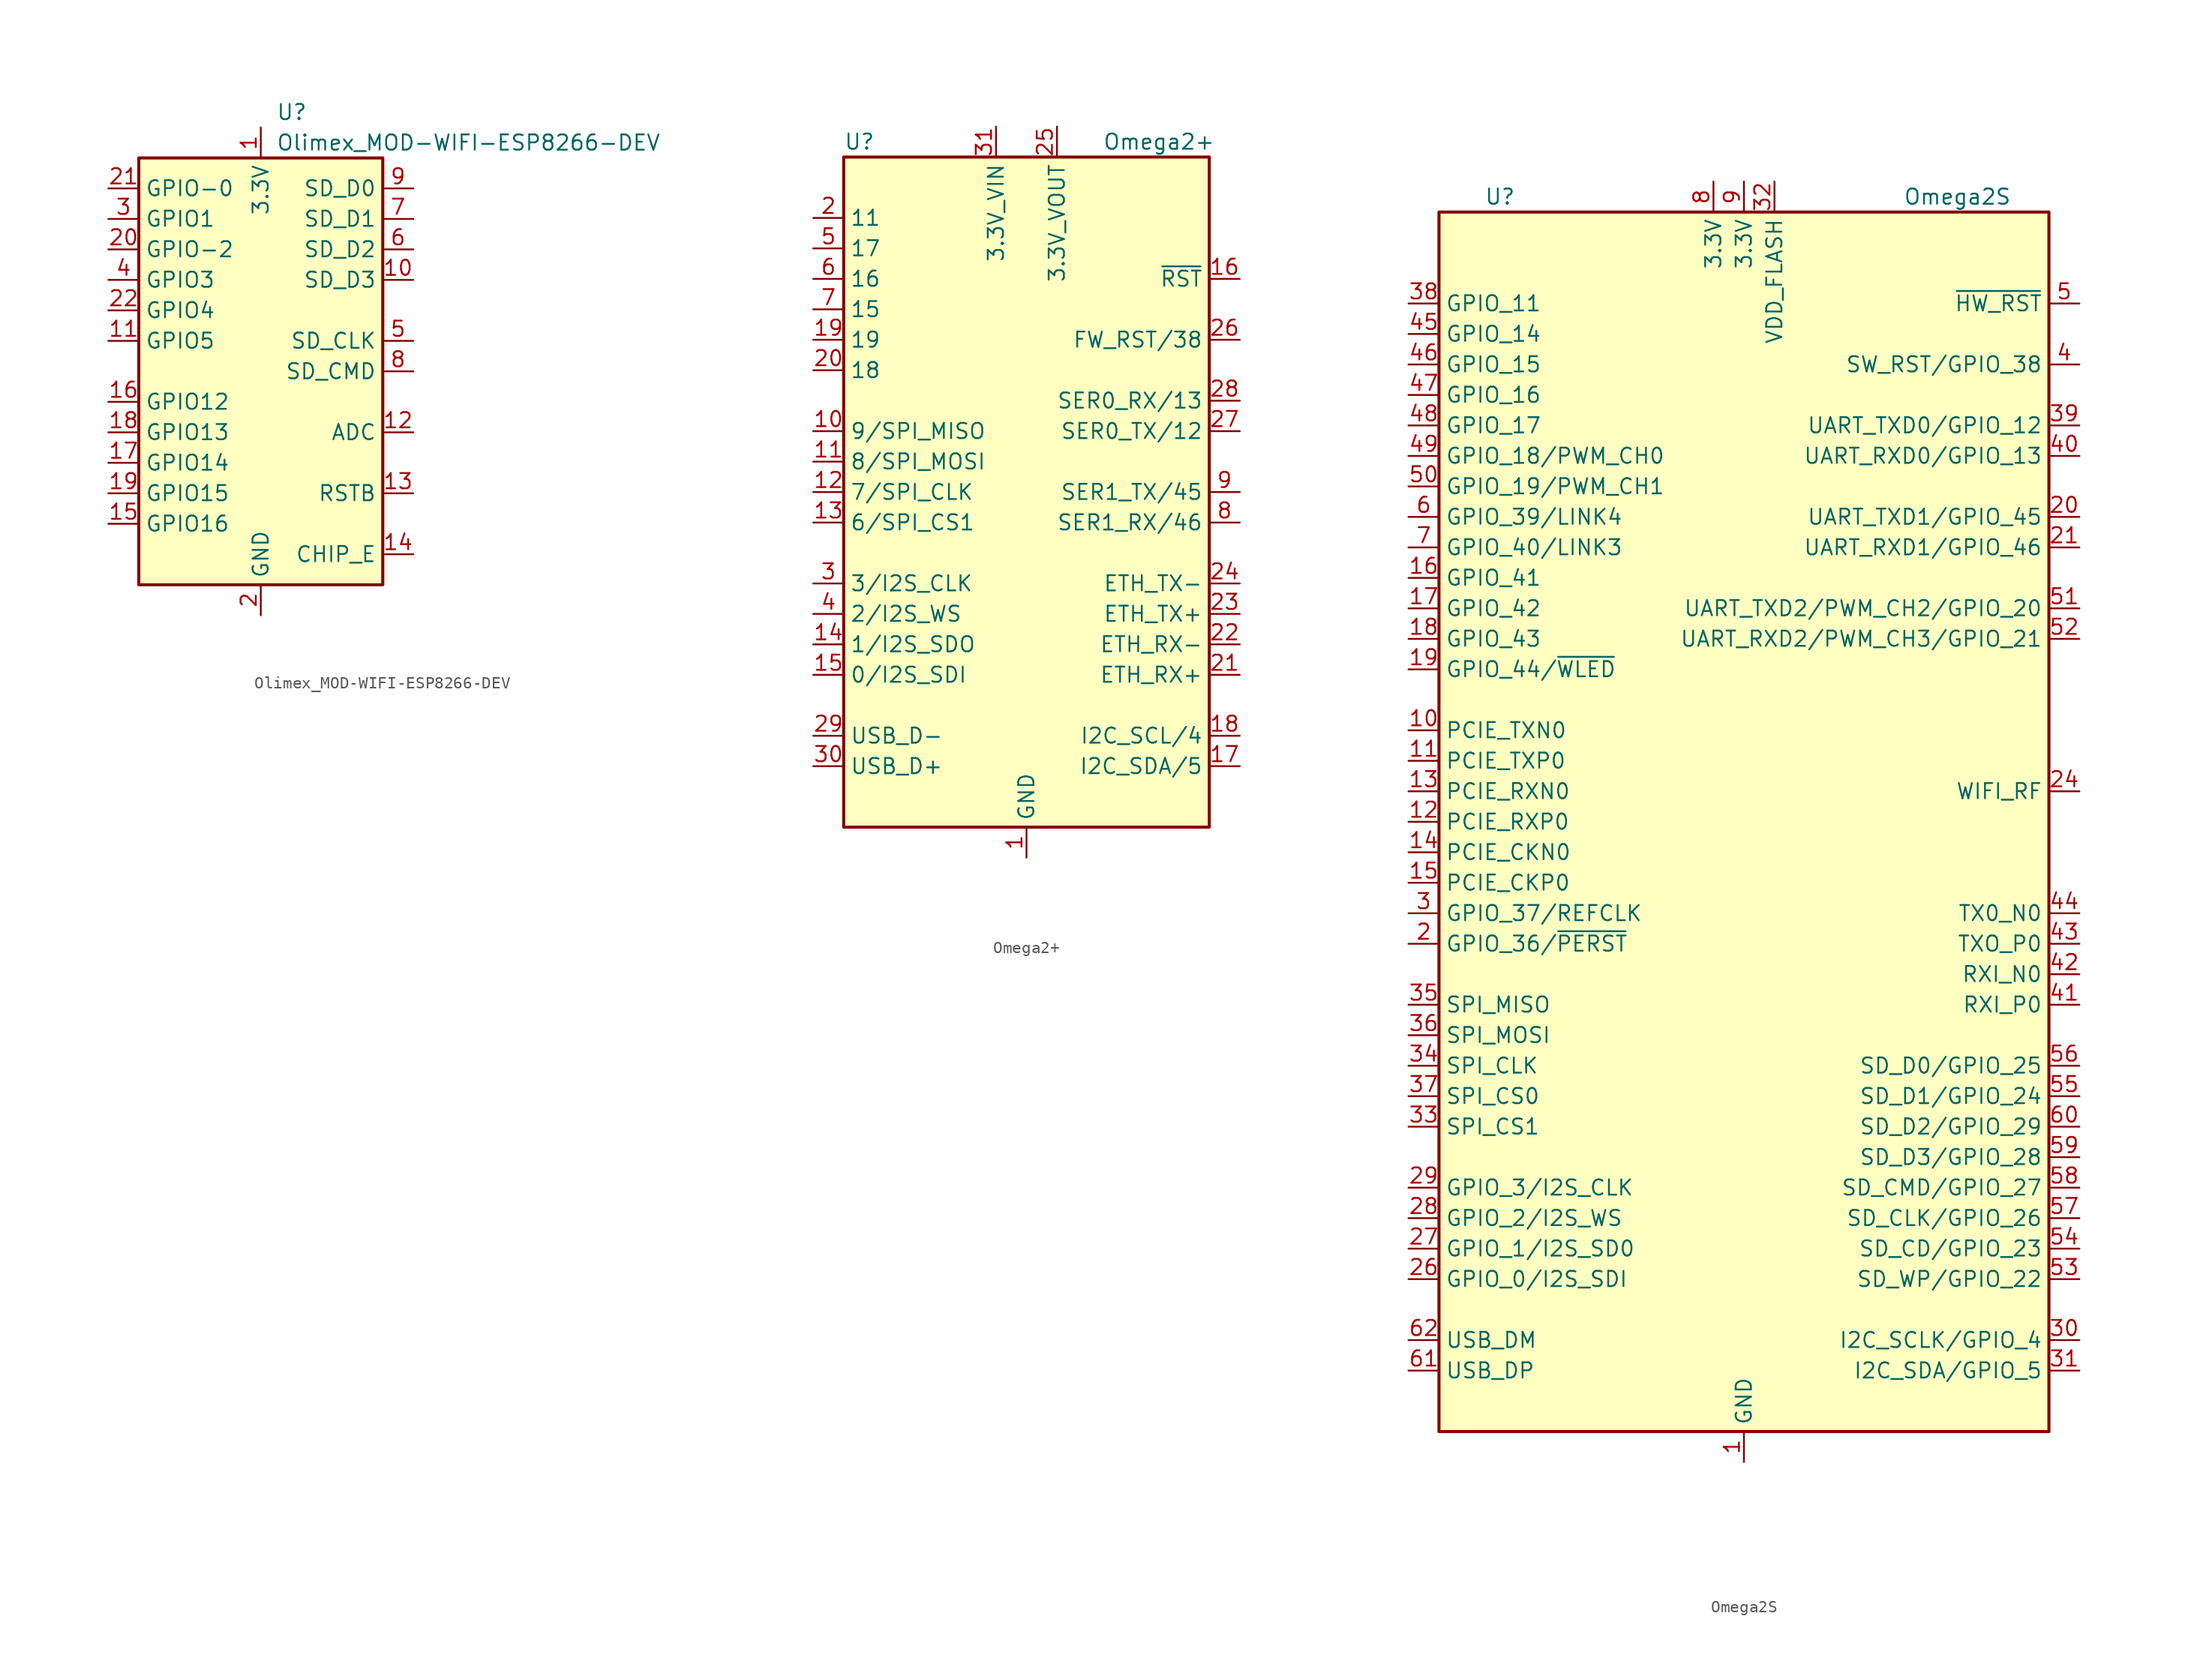
<source format=kicad_sym>
(kicad_symbol_lib
  (version 20231120)
  (generator "kicad_symbol_editor")
  (generator_version "8.0")
  (symbol "Olimex_MOD-WIFI-ESP8266-DEV"
    (property "Reference" "U"
      (at 1.27 21.59 0)
      (effects (font (size 1.27 1.27)) (justify left)))
    (property "Value" "Olimex_MOD-WIFI-ESP8266-DEV"
      (at 1.27 19.05 0)
      (effects (font (size 1.27 1.27)) (justify left)))
    (symbol "Olimex_MOD-WIFI-ESP8266-DEV_0_1"
      (rectangle (start -10.16 17.78) (end 10.16 -17.78) (stroke (width 0.254) (type default)) (fill (type background))))
    (symbol "Olimex_MOD-WIFI-ESP8266-DEV_1_1"
      (pin power_in line (at 0 20.32 270) (length 2.54) (name "3.3V" (effects (font (size 1.27 1.27)))) (number "1" (effects (font (size 1.27 1.27)))))
      (pin unspecified line (at 12.7 7.62 180) (length 2.54) (name "SD_D3" (effects (font (size 1.27 1.27)))) (number "10" (effects (font (size 1.27 1.27)))))
      (pin bidirectional line (at -12.7 2.54 0) (length 2.54) (name "GPIO5" (effects (font (size 1.27 1.27)))) (number "11" (effects (font (size 1.27 1.27)))))
      (pin unspecified line (at 12.7 -5.08 180) (length 2.54) (name "ADC" (effects (font (size 1.27 1.27)))) (number "12" (effects (font (size 1.27 1.27)))))
      (pin input line (at 12.7 -10.16 180) (length 2.54) (name "RSTB" (effects (font (size 1.27 1.27)))) (number "13" (effects (font (size 1.27 1.27)))))
      (pin unspecified line (at 12.7 -15.24 180) (length 2.54) (name "CHIP_E" (effects (font (size 1.27 1.27)))) (number "14" (effects (font (size 1.27 1.27)))))
      (pin bidirectional line (at -12.7 -12.7 0) (length 2.54) (name "GPIO16" (effects (font (size 1.27 1.27)))) (number "15" (effects (font (size 1.27 1.27)))))
      (pin bidirectional line (at -12.7 -2.54 0) (length 2.54) (name "GPIO12" (effects (font (size 1.27 1.27)))) (number "16" (effects (font (size 1.27 1.27)))))
      (pin bidirectional line (at -12.7 -7.62 0) (length 2.54) (name "GPIO14" (effects (font (size 1.27 1.27)))) (number "17" (effects (font (size 1.27 1.27)))))
      (pin bidirectional line (at -12.7 -5.08 0) (length 2.54) (name "GPIO13" (effects (font (size 1.27 1.27)))) (number "18" (effects (font (size 1.27 1.27)))))
      (pin bidirectional line (at -12.7 -10.16 0) (length 2.54) (name "GPIO15" (effects (font (size 1.27 1.27)))) (number "19" (effects (font (size 1.27 1.27)))))
      (pin power_in line (at 0 -20.32 90) (length 2.54) (name "GND" (effects (font (size 1.27 1.27)))) (number "2" (effects (font (size 1.27 1.27)))))
      (pin bidirectional line (at -12.7 10.16 0) (length 2.54) (name "GPIO-2" (effects (font (size 1.27 1.27)))) (number "20" (effects (font (size 1.27 1.27)))))
      (pin bidirectional line (at -12.7 15.24 0) (length 2.54) (name "GPIO-0" (effects (font (size 1.27 1.27)))) (number "21" (effects (font (size 1.27 1.27)))))
      (pin bidirectional line (at -12.7 5.08 0) (length 2.54) (name "GPIO4" (effects (font (size 1.27 1.27)))) (number "22" (effects (font (size 1.27 1.27)))))
      (pin bidirectional line (at -12.7 12.7 0) (length 2.54) (name "GPIO1" (effects (font (size 1.27 1.27)))) (number "3" (effects (font (size 1.27 1.27)))))
      (pin bidirectional line (at -12.7 7.62 0) (length 2.54) (name "GPIO3" (effects (font (size 1.27 1.27)))) (number "4" (effects (font (size 1.27 1.27)))))
      (pin unspecified line (at 12.7 2.54 180) (length 2.54) (name "SD_CLK" (effects (font (size 1.27 1.27)))) (number "5" (effects (font (size 1.27 1.27)))))
      (pin unspecified line (at 12.7 10.16 180) (length 2.54) (name "SD_D2" (effects (font (size 1.27 1.27)))) (number "6" (effects (font (size 1.27 1.27)))))
      (pin unspecified line (at 12.7 12.7 180) (length 2.54) (name "SD_D1" (effects (font (size 1.27 1.27)))) (number "7" (effects (font (size 1.27 1.27)))))
      (pin unspecified line (at 12.7 0 180) (length 2.54) (name "SD_CMD" (effects (font (size 1.27 1.27)))) (number "8" (effects (font (size 1.27 1.27)))))
      (pin unspecified line (at 12.7 15.24 180) (length 2.54) (name "SD_D0" (effects (font (size 1.27 1.27)))) (number "9" (effects (font (size 1.27 1.27)))))))
  (symbol "Omega2+"
    (property "Reference" "U"
      (at -15.24 29.21 0)
      (effects (font (size 1.27 1.27)) (justify left)))
    (property "Value" "Omega2+"
      (at 6.35 29.21 0)
      (effects (font (size 1.27 1.27)) (justify left)))
    (symbol "Omega2+_0_1"
      (rectangle (start -15.24 27.94) (end 15.24 -27.94) (stroke (width 0.254) (type default)) (fill (type background))))
    (symbol "Omega2+_1_1"
      (pin power_in line (at 0 -30.48 90) (length 2.54) (name "GND" (effects (font (size 1.27 1.27)))) (number "1" (effects (font (size 1.27 1.27)))))
      (pin bidirectional line (at -17.78 5.08 0) (length 2.54) (name "9/SPI_MISO" (effects (font (size 1.27 1.27)))) (number "10" (effects (font (size 1.27 1.27)))))
      (pin bidirectional line (at -17.78 2.54 0) (length 2.54) (name "8/SPI_MOSI" (effects (font (size 1.27 1.27)))) (number "11" (effects (font (size 1.27 1.27)))))
      (pin bidirectional line (at -17.78 0 0) (length 2.54) (name "7/SPI_CLK" (effects (font (size 1.27 1.27)))) (number "12" (effects (font (size 1.27 1.27)))))
      (pin bidirectional line (at -17.78 -2.54 0) (length 2.54) (name "6/SPI_CS1" (effects (font (size 1.27 1.27)))) (number "13" (effects (font (size 1.27 1.27)))))
      (pin bidirectional line (at -17.78 -12.7 0) (length 2.54) (name "1/I2S_SDO" (effects (font (size 1.27 1.27)))) (number "14" (effects (font (size 1.27 1.27)))))
      (pin bidirectional line (at -17.78 -15.24 0) (length 2.54) (name "0/I2S_SDI" (effects (font (size 1.27 1.27)))) (number "15" (effects (font (size 1.27 1.27)))))
      (pin input line (at 17.78 17.78 180) (length 2.54) (name "~{RST}" (effects (font (size 1.27 1.27)))) (number "16" (effects (font (size 1.27 1.27)))))
      (pin bidirectional line (at 17.78 -22.86 180) (length 2.54) (name "I2C_SDA/5" (effects (font (size 1.27 1.27)))) (number "17" (effects (font (size 1.27 1.27)))))
      (pin bidirectional line (at 17.78 -20.32 180) (length 2.54) (name "I2C_SCL/4" (effects (font (size 1.27 1.27)))) (number "18" (effects (font (size 1.27 1.27)))))
      (pin bidirectional line (at -17.78 12.7 0) (length 2.54) (name "19" (effects (font (size 1.27 1.27)))) (number "19" (effects (font (size 1.27 1.27)))))
      (pin bidirectional line (at -17.78 22.86 0) (length 2.54) (name "11" (effects (font (size 1.27 1.27)))) (number "2" (effects (font (size 1.27 1.27)))))
      (pin bidirectional line (at -17.78 10.16 0) (length 2.54) (name "18" (effects (font (size 1.27 1.27)))) (number "20" (effects (font (size 1.27 1.27)))))
      (pin input line (at 17.78 -15.24 180) (length 2.54) (name "ETH_RX+" (effects (font (size 1.27 1.27)))) (number "21" (effects (font (size 1.27 1.27)))))
      (pin input line (at 17.78 -12.7 180) (length 2.54) (name "ETH_RX-" (effects (font (size 1.27 1.27)))) (number "22" (effects (font (size 1.27 1.27)))))
      (pin output line (at 17.78 -10.16 180) (length 2.54) (name "ETH_TX+" (effects (font (size 1.27 1.27)))) (number "23" (effects (font (size 1.27 1.27)))))
      (pin output line (at 17.78 -7.62 180) (length 2.54) (name "ETH_TX-" (effects (font (size 1.27 1.27)))) (number "24" (effects (font (size 1.27 1.27)))))
      (pin power_out line (at 2.54 30.48 270) (length 2.54) (name "3.3V_VOUT" (effects (font (size 1.27 1.27)))) (number "25" (effects (font (size 1.27 1.27)))))
      (pin bidirectional line (at 17.78 12.7 180) (length 2.54) (name "FW_RST/38" (effects (font (size 1.27 1.27)))) (number "26" (effects (font (size 1.27 1.27)))))
      (pin bidirectional line (at 17.78 5.08 180) (length 2.54) (name "SER0_TX/12" (effects (font (size 1.27 1.27)))) (number "27" (effects (font (size 1.27 1.27)))))
      (pin bidirectional line (at 17.78 7.62 180) (length 2.54) (name "SER0_RX/13" (effects (font (size 1.27 1.27)))) (number "28" (effects (font (size 1.27 1.27)))))
      (pin bidirectional line (at -17.78 -20.32 0) (length 2.54) (name "USB_D-" (effects (font (size 1.27 1.27)))) (number "29" (effects (font (size 1.27 1.27)))))
      (pin bidirectional line (at -17.78 -7.62 0) (length 2.54) (name "3/I2S_CLK" (effects (font (size 1.27 1.27)))) (number "3" (effects (font (size 1.27 1.27)))))
      (pin bidirectional line (at -17.78 -22.86 0) (length 2.54) (name "USB_D+" (effects (font (size 1.27 1.27)))) (number "30" (effects (font (size 1.27 1.27)))))
      (pin power_in line (at -2.54 30.48 270) (length 2.54) (name "3.3V_VIN" (effects (font (size 1.27 1.27)))) (number "31" (effects (font (size 1.27 1.27)))))
      (pin passive line (at 0 -30.48 90) (length 2.54) hide (name "GND" (effects (font (size 1.27 1.27)))) (number "32" (effects (font (size 1.27 1.27)))))
      (pin bidirectional line (at -17.78 -10.16 0) (length 2.54) (name "2/I2S_WS" (effects (font (size 1.27 1.27)))) (number "4" (effects (font (size 1.27 1.27)))))
      (pin bidirectional line (at -17.78 20.32 0) (length 2.54) (name "17" (effects (font (size 1.27 1.27)))) (number "5" (effects (font (size 1.27 1.27)))))
      (pin bidirectional line (at -17.78 17.78 0) (length 2.54) (name "16" (effects (font (size 1.27 1.27)))) (number "6" (effects (font (size 1.27 1.27)))))
      (pin bidirectional line (at -17.78 15.24 0) (length 2.54) (name "15" (effects (font (size 1.27 1.27)))) (number "7" (effects (font (size 1.27 1.27)))))
      (pin bidirectional line (at 17.78 -2.54 180) (length 2.54) (name "SER1_RX/46" (effects (font (size 1.27 1.27)))) (number "8" (effects (font (size 1.27 1.27)))))
      (pin bidirectional line (at 17.78 0 180) (length 2.54) (name "SER1_TX/45" (effects (font (size 1.27 1.27)))) (number "9" (effects (font (size 1.27 1.27)))))))
  (symbol "Omega2S"
    (property "Reference" "U"
      (at -20.32 52.07 0)
      (effects (font (size 1.27 1.27))))
    (property "Value" "Omega2S"
      (at 17.78 52.07 0)
      (effects (font (size 1.27 1.27))))
    (symbol "Omega2S_0_1"
      (rectangle (start -25.4 -50.8) (end 25.4 50.8) (stroke (width 0.254) (type default)) (fill (type background))))
    (symbol "Omega2S_1_1"
      (pin power_in line (at 0 -53.34 90) (length 2.54) (name "GND" (effects (font (size 1.27 1.27)))) (number "1" (effects (font (size 1.27 1.27)))))
      (pin output line (at -27.94 7.62 0) (length 2.54) (name "PCIE_TXN0" (effects (font (size 1.27 1.27)))) (number "10" (effects (font (size 1.27 1.27)))))
      (pin output line (at -27.94 5.08 0) (length 2.54) (name "PCIE_TXP0" (effects (font (size 1.27 1.27)))) (number "11" (effects (font (size 1.27 1.27)))))
      (pin input line (at -27.94 0 0) (length 2.54) (name "PCIE_RXP0" (effects (font (size 1.27 1.27)))) (number "12" (effects (font (size 1.27 1.27)))))
      (pin input line (at -27.94 2.54 0) (length 2.54) (name "PCIE_RXN0" (effects (font (size 1.27 1.27)))) (number "13" (effects (font (size 1.27 1.27)))))
      (pin output line (at -27.94 -2.54 0) (length 2.54) (name "PCIE_CKN0" (effects (font (size 1.27 1.27)))) (number "14" (effects (font (size 1.27 1.27)))))
      (pin output line (at -27.94 -5.08 0) (length 2.54) (name "PCIE_CKP0" (effects (font (size 1.27 1.27)))) (number "15" (effects (font (size 1.27 1.27)))))
      (pin bidirectional line (at -27.94 20.32 0) (length 2.54) (name "GPIO_41" (effects (font (size 1.27 1.27)))) (number "16" (effects (font (size 1.27 1.27)))))
      (pin bidirectional line (at -27.94 17.78 0) (length 2.54) (name "GPIO_42" (effects (font (size 1.27 1.27)))) (number "17" (effects (font (size 1.27 1.27)))))
      (pin bidirectional line (at -27.94 15.24 0) (length 2.54) (name "GPIO_43" (effects (font (size 1.27 1.27)))) (number "18" (effects (font (size 1.27 1.27)))))
      (pin bidirectional line (at -27.94 12.7 0) (length 2.54) (name "GPIO_44/~{WLED}" (effects (font (size 1.27 1.27)))) (number "19" (effects (font (size 1.27 1.27)))))
      (pin bidirectional line (at -27.94 -10.16 0) (length 2.54) (name "GPIO_36/~{PERST}" (effects (font (size 1.27 1.27)))) (number "2" (effects (font (size 1.27 1.27)))))
      (pin bidirectional line (at 27.94 25.4 180) (length 2.54) (name "UART_TXD1/GPIO_45" (effects (font (size 1.27 1.27)))) (number "20" (effects (font (size 1.27 1.27)))))
      (pin bidirectional line (at 27.94 22.86 180) (length 2.54) (name "UART_RXD1/GPIO_46" (effects (font (size 1.27 1.27)))) (number "21" (effects (font (size 1.27 1.27)))))
      (pin passive line (at 0 -53.34 90) (length 2.54) hide (name "GND" (effects (font (size 1.27 1.27)))) (number "22" (effects (font (size 1.27 1.27)))))
      (pin passive line (at 0 -53.34 90) (length 2.54) hide (name "GND" (effects (font (size 1.27 1.27)))) (number "23" (effects (font (size 1.27 1.27)))))
      (pin passive line (at 27.94 2.54 180) (length 2.54) (name "WIFI_RF" (effects (font (size 1.27 1.27)))) (number "24" (effects (font (size 1.27 1.27)))))
      (pin passive line (at 0 -53.34 90) (length 2.54) hide (name "GND" (effects (font (size 1.27 1.27)))) (number "25" (effects (font (size 1.27 1.27)))))
      (pin bidirectional line (at -27.94 -38.1 0) (length 2.54) (name "GPIO_0/I2S_SDI" (effects (font (size 1.27 1.27)))) (number "26" (effects (font (size 1.27 1.27)))))
      (pin bidirectional line (at -27.94 -35.56 0) (length 2.54) (name "GPIO_1/I2S_SD0" (effects (font (size 1.27 1.27)))) (number "27" (effects (font (size 1.27 1.27)))))
      (pin bidirectional line (at -27.94 -33.02 0) (length 2.54) (name "GPIO_2/I2S_WS" (effects (font (size 1.27 1.27)))) (number "28" (effects (font (size 1.27 1.27)))))
      (pin bidirectional line (at -27.94 -30.48 0) (length 2.54) (name "GPIO_3/I2S_CLK" (effects (font (size 1.27 1.27)))) (number "29" (effects (font (size 1.27 1.27)))))
      (pin bidirectional line (at -27.94 -7.62 0) (length 2.54) (name "GPIO_37/REFCLK" (effects (font (size 1.27 1.27)))) (number "3" (effects (font (size 1.27 1.27)))))
      (pin bidirectional line (at 27.94 -43.18 180) (length 2.54) (name "I2C_SCLK/GPIO_4" (effects (font (size 1.27 1.27)))) (number "30" (effects (font (size 1.27 1.27)))))
      (pin bidirectional line (at 27.94 -45.72 180) (length 2.54) (name "I2C_SDA/GPIO_5" (effects (font (size 1.27 1.27)))) (number "31" (effects (font (size 1.27 1.27)))))
      (pin power_in line (at 2.54 53.34 270) (length 2.54) (name "VDD_FLASH" (effects (font (size 1.27 1.27)))) (number "32" (effects (font (size 1.27 1.27)))))
      (pin output line (at -27.94 -25.4 0) (length 2.54) (name "SPI_CS1" (effects (font (size 1.27 1.27)))) (number "33" (effects (font (size 1.27 1.27)))))
      (pin output line (at -27.94 -20.32 0) (length 2.54) (name "SPI_CLK" (effects (font (size 1.27 1.27)))) (number "34" (effects (font (size 1.27 1.27)))))
      (pin input line (at -27.94 -15.24 0) (length 2.54) (name "SPI_MISO" (effects (font (size 1.27 1.27)))) (number "35" (effects (font (size 1.27 1.27)))))
      (pin output line (at -27.94 -17.78 0) (length 2.54) (name "SPI_MOSI" (effects (font (size 1.27 1.27)))) (number "36" (effects (font (size 1.27 1.27)))))
      (pin output line (at -27.94 -22.86 0) (length 2.54) (name "SPI_CS0" (effects (font (size 1.27 1.27)))) (number "37" (effects (font (size 1.27 1.27)))))
      (pin bidirectional line (at -27.94 43.18 0) (length 2.54) (name "GPIO_11" (effects (font (size 1.27 1.27)))) (number "38" (effects (font (size 1.27 1.27)))))
      (pin bidirectional line (at 27.94 33.02 180) (length 2.54) (name "UART_TXD0/GPIO_12" (effects (font (size 1.27 1.27)))) (number "39" (effects (font (size 1.27 1.27)))))
      (pin bidirectional line (at 27.94 38.1 180) (length 2.54) (name "SW_RST/GPIO_38" (effects (font (size 1.27 1.27)))) (number "4" (effects (font (size 1.27 1.27)))))
      (pin bidirectional line (at 27.94 30.48 180) (length 2.54) (name "UART_RXD0/GPIO_13" (effects (font (size 1.27 1.27)))) (number "40" (effects (font (size 1.27 1.27)))))
      (pin input line (at 27.94 -15.24 180) (length 2.54) (name "RXI_P0" (effects (font (size 1.27 1.27)))) (number "41" (effects (font (size 1.27 1.27)))))
      (pin input line (at 27.94 -12.7 180) (length 2.54) (name "RXI_N0" (effects (font (size 1.27 1.27)))) (number "42" (effects (font (size 1.27 1.27)))))
      (pin output line (at 27.94 -10.16 180) (length 2.54) (name "TXO_P0" (effects (font (size 1.27 1.27)))) (number "43" (effects (font (size 1.27 1.27)))))
      (pin output line (at 27.94 -7.62 180) (length 2.54) (name "TX0_N0" (effects (font (size 1.27 1.27)))) (number "44" (effects (font (size 1.27 1.27)))))
      (pin bidirectional line (at -27.94 40.64 0) (length 2.54) (name "GPIO_14" (effects (font (size 1.27 1.27)))) (number "45" (effects (font (size 1.27 1.27)))))
      (pin bidirectional line (at -27.94 38.1 0) (length 2.54) (name "GPIO_15" (effects (font (size 1.27 1.27)))) (number "46" (effects (font (size 1.27 1.27)))))
      (pin bidirectional line (at -27.94 35.56 0) (length 2.54) (name "GPIO_16" (effects (font (size 1.27 1.27)))) (number "47" (effects (font (size 1.27 1.27)))))
      (pin bidirectional line (at -27.94 33.02 0) (length 2.54) (name "GPIO_17" (effects (font (size 1.27 1.27)))) (number "48" (effects (font (size 1.27 1.27)))))
      (pin bidirectional line (at -27.94 30.48 0) (length 2.54) (name "GPIO_18/PWM_CH0" (effects (font (size 1.27 1.27)))) (number "49" (effects (font (size 1.27 1.27)))))
      (pin input line (at 27.94 43.18 180) (length 2.54) (name "~{HW_RST}" (effects (font (size 1.27 1.27)))) (number "5" (effects (font (size 1.27 1.27)))))
      (pin bidirectional line (at -27.94 27.94 0) (length 2.54) (name "GPIO_19/PWM_CH1" (effects (font (size 1.27 1.27)))) (number "50" (effects (font (size 1.27 1.27)))))
      (pin bidirectional line (at 27.94 17.78 180) (length 2.54) (name "UART_TXD2/PWM_CH2/GPIO_20" (effects (font (size 1.27 1.27)))) (number "51" (effects (font (size 1.27 1.27)))))
      (pin bidirectional line (at 27.94 15.24 180) (length 2.54) (name "UART_RXD2/PWM_CH3/GPIO_21" (effects (font (size 1.27 1.27)))) (number "52" (effects (font (size 1.27 1.27)))))
      (pin bidirectional line (at 27.94 -38.1 180) (length 2.54) (name "SD_WP/GPIO_22" (effects (font (size 1.27 1.27)))) (number "53" (effects (font (size 1.27 1.27)))))
      (pin bidirectional line (at 27.94 -35.56 180) (length 2.54) (name "SD_CD/GPIO_23" (effects (font (size 1.27 1.27)))) (number "54" (effects (font (size 1.27 1.27)))))
      (pin bidirectional line (at 27.94 -22.86 180) (length 2.54) (name "SD_D1/GPIO_24" (effects (font (size 1.27 1.27)))) (number "55" (effects (font (size 1.27 1.27)))))
      (pin bidirectional line (at 27.94 -20.32 180) (length 2.54) (name "SD_D0/GPIO_25" (effects (font (size 1.27 1.27)))) (number "56" (effects (font (size 1.27 1.27)))))
      (pin bidirectional line (at 27.94 -33.02 180) (length 2.54) (name "SD_CLK/GPIO_26" (effects (font (size 1.27 1.27)))) (number "57" (effects (font (size 1.27 1.27)))))
      (pin bidirectional line (at 27.94 -30.48 180) (length 2.54) (name "SD_CMD/GPIO_27" (effects (font (size 1.27 1.27)))) (number "58" (effects (font (size 1.27 1.27)))))
      (pin bidirectional line (at 27.94 -27.94 180) (length 2.54) (name "SD_D3/GPIO_28" (effects (font (size 1.27 1.27)))) (number "59" (effects (font (size 1.27 1.27)))))
      (pin bidirectional line (at -27.94 25.4 0) (length 2.54) (name "GPIO_39/LINK4" (effects (font (size 1.27 1.27)))) (number "6" (effects (font (size 1.27 1.27)))))
      (pin bidirectional line (at 27.94 -25.4 180) (length 2.54) (name "SD_D2/GPIO_29" (effects (font (size 1.27 1.27)))) (number "60" (effects (font (size 1.27 1.27)))))
      (pin bidirectional line (at -27.94 -45.72 0) (length 2.54) (name "USB_DP" (effects (font (size 1.27 1.27)))) (number "61" (effects (font (size 1.27 1.27)))))
      (pin bidirectional line (at -27.94 -43.18 0) (length 2.54) (name "USB_DM" (effects (font (size 1.27 1.27)))) (number "62" (effects (font (size 1.27 1.27)))))
      (pin passive line (at 0 -53.34 90) (length 2.54) hide (name "GND" (effects (font (size 1.27 1.27)))) (number "63" (effects (font (size 1.27 1.27)))))
      (pin passive line (at 0 -53.34 90) (length 2.54) hide (name "GND" (effects (font (size 1.27 1.27)))) (number "64" (effects (font (size 1.27 1.27)))))
      (pin bidirectional line (at -27.94 22.86 0) (length 2.54) (name "GPIO_40/LINK3" (effects (font (size 1.27 1.27)))) (number "7" (effects (font (size 1.27 1.27)))))
      (pin power_in line (at -2.54 53.34 270) (length 2.54) (name "3.3V" (effects (font (size 1.27 1.27)))) (number "8" (effects (font (size 1.27 1.27)))))
      (pin power_in line (at 0 53.34 270) (length 2.54) (name "3.3V" (effects (font (size 1.27 1.27)))) (number "9" (effects (font (size 1.27 1.27))))))))
</source>
